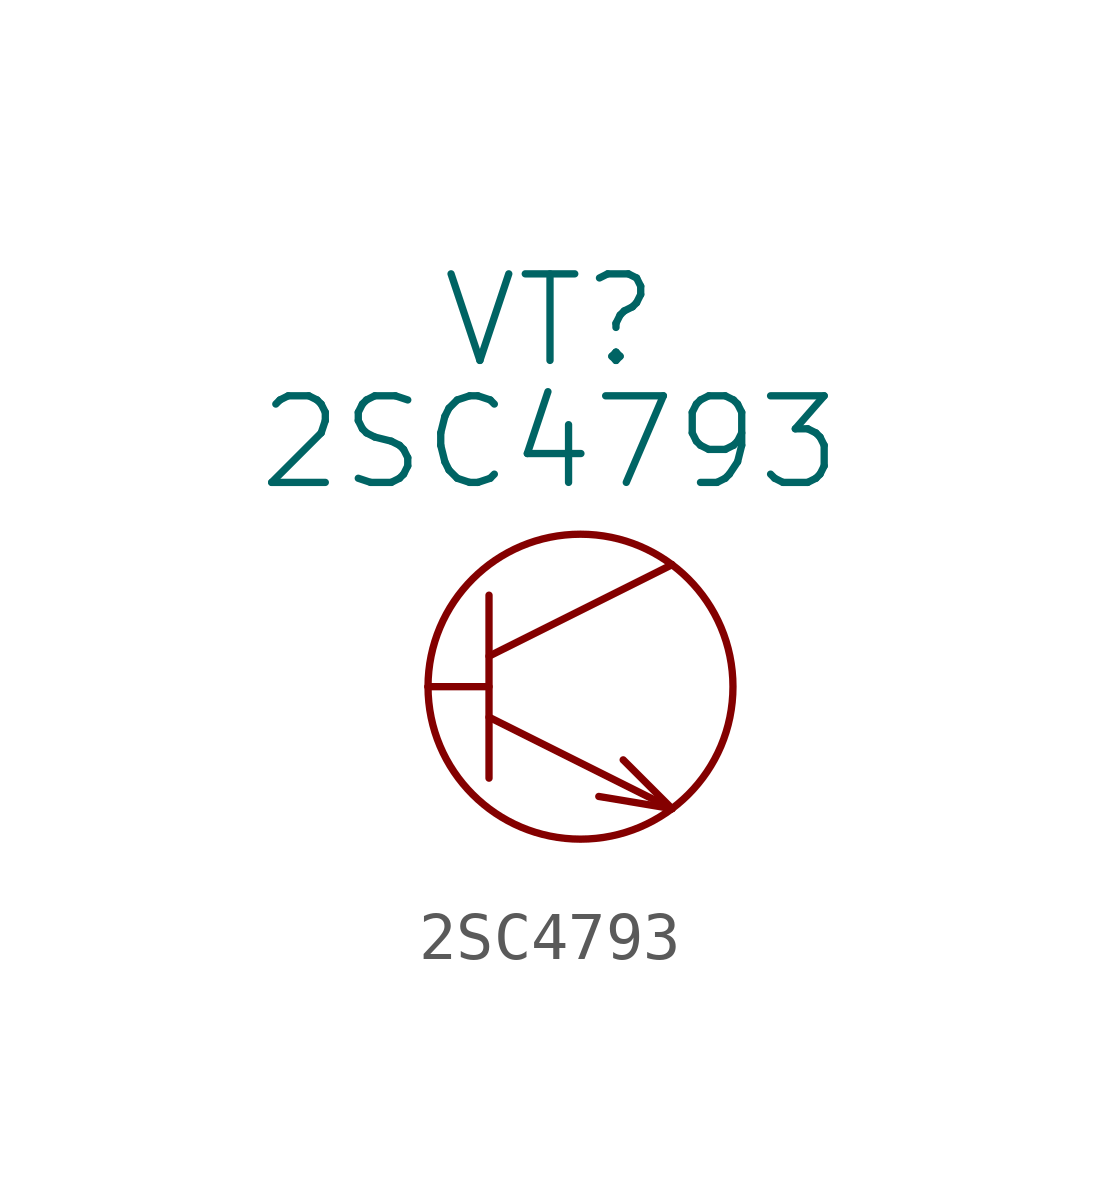
<source format=kicad_sym>
(kicad_symbol_lib
  (version 20211014)
  (generator kicad_symbol_editor)
  (symbol "2SC4793"
    (pin_numbers hide)
    (pin_names
      (offset 0))
    (property "Reference" "VT"
      (at 2.54 7.62 0)
      (effects (font (size 1.803 1.803))))
    (property "Value" "2SC4793"
      (at 2.54 5.08 0)
      (effects (font (size 1.803 1.803))))
    (property "Footprint" ""
      (at 0 0 0)
      (effects (font (size 1.524 1.524))))
    (property "Datasheet" ""
      (at 0 0 0)
      (effects (font (size 1.524 1.524))))
    (symbol "2SC4793_0_1"
      (polyline (pts (xy 1.27 0) (xy 0 0)) (stroke (width 0) (type default) (color 0 0 0 0)) (fill (type none)))
      (polyline (pts (xy 1.27 0.635) (xy 5.08 2.54)) (stroke (width 0) (type default) (color 0 0 0 0)) (fill (type none)))
      (polyline (pts (xy 1.27 1.905) (xy 1.27 -1.905)) (stroke (width 0) (type default) (color 0 0 0 0)) (fill (type none)))
      (polyline (pts (xy 5.08 -2.54) (xy 1.27 -0.635)) (stroke (width 0) (type default) (color 0 0 0 0)) (fill (type none)))
      (polyline (pts (xy 5.08 -2.54) (xy 3.556 -2.286)) (stroke (width 0) (type default) (color 0 0 0 0)) (fill (type none)))
      (polyline (pts (xy 5.08 -2.54) (xy 4.064 -1.524)) (stroke (width 0) (type default) (color 0 0 0 0)) (fill (type none)))
      (circle (center 3.175 0) (radius 3.175) (stroke (width 0) (type default) (color 0 0 0 0)) (fill (type none))))
    (symbol "2SC4793_1_1"
      (pin input line (at 0 0 0) (length 0) (name "~" (effects (font (size 1.27 1.27)))) (number "1" (effects (font (size 1.27 1.27)))))
      (pin input line (at 5.08 2.54 180) (length 0) (name "~" (effects (font (size 1.27 1.27)))) (number "2" (effects (font (size 1.27 1.27)))))
      (pin output line (at 5.08 -2.54 180) (length 0) (name "~" (effects (font (size 1.27 1.27)))) (number "3" (effects (font (size 1.27 1.27))))))))
</source>
